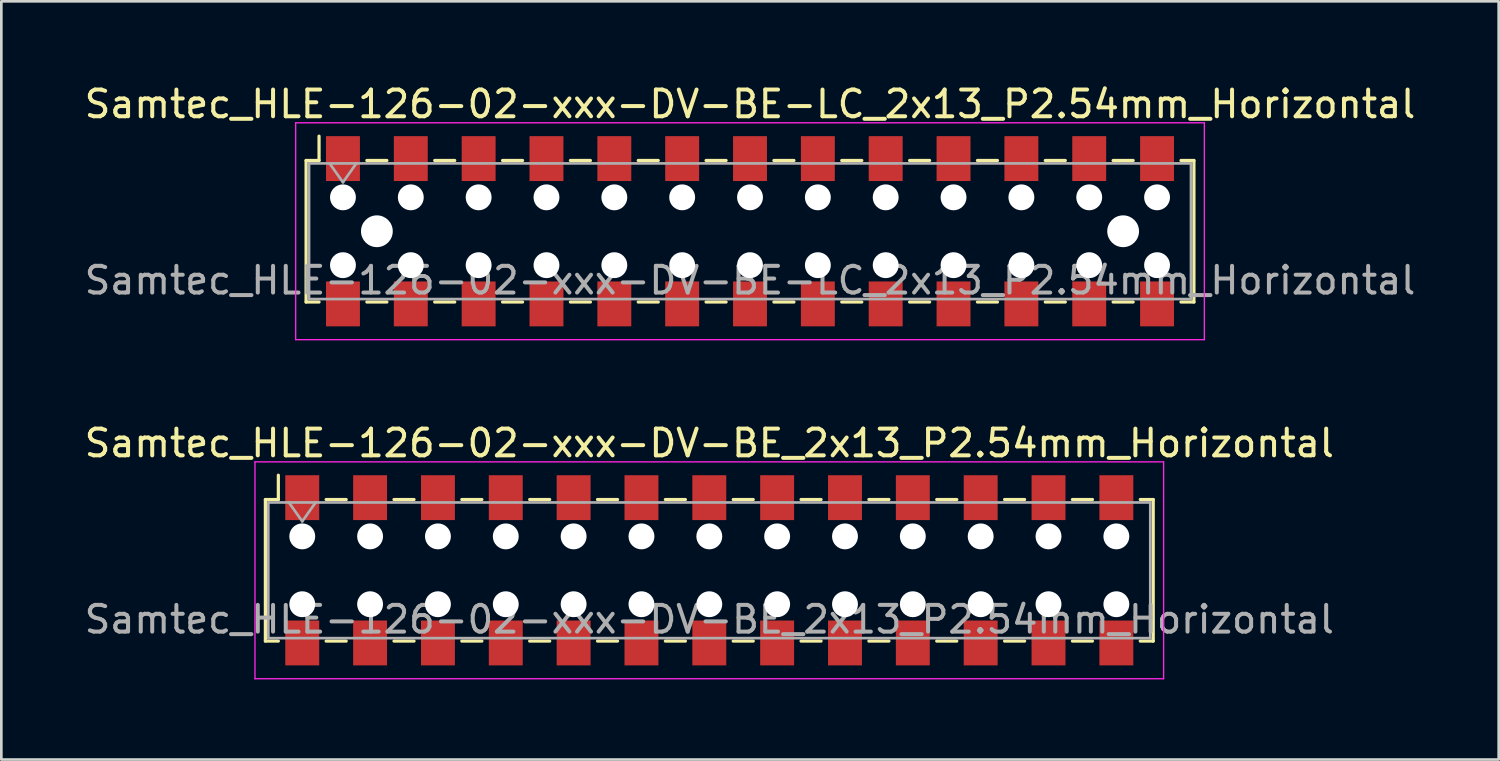
<source format=kicad_pcb>
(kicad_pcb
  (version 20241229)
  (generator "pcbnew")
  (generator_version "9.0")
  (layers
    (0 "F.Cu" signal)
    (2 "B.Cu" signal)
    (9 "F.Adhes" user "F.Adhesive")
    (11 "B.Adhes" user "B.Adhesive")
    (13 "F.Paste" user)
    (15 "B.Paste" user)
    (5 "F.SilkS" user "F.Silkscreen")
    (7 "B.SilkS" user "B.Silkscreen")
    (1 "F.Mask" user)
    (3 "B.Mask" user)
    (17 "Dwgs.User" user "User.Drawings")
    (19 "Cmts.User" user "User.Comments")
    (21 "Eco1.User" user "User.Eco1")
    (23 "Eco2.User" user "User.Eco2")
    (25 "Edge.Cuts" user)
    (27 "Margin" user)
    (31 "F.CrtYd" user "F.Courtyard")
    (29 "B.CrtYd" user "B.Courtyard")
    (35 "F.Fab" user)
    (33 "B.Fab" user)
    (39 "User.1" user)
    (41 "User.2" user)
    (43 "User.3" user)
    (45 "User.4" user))
  (footprint "Samtec_HLE-126-02-xxx-DV-BE_2x13_P2.54mm_Horizontal"
    (layer "F.Cu")
    (at 23.506 18.302)
    (property "Reference" "Samtec_HLE-126-02-xxx-DV-BE_2x13_P2.54mm_Horizontal" (at 0 -4.76 0) (layer "F.SilkS") (effects (font (size 1 1) (thickness 0.15))))
    (attr smd)
    (fp_line (start -16.62 -2.65) (end -16.62 2.65) (stroke (width 0.12) (type solid)) (layer "F.SilkS"))
    (fp_line (start -16.62 2.65) (end -16.135 2.65) (stroke (width 0.12) (type solid)) (layer "F.SilkS"))
    (fp_line (start -16.135 -3.56) (end -16.135 -2.65) (stroke (width 0.12) (type solid)) (layer "F.SilkS"))
    (fp_line (start -16.135 -2.65) (end -16.62 -2.65) (stroke (width 0.12) (type solid)) (layer "F.SilkS"))
    (fp_line (start -14.345 -2.65) (end -13.595 -2.65) (stroke (width 0.12) (type solid)) (layer "F.SilkS"))
    (fp_line (start -14.345 2.65) (end -13.595 2.65) (stroke (width 0.12) (type solid)) (layer "F.SilkS"))
    (fp_line (start -11.805 -2.65) (end -11.055 -2.65) (stroke (width 0.12) (type solid)) (layer "F.SilkS"))
    (fp_line (start -11.805 2.65) (end -11.055 2.65) (stroke (width 0.12) (type solid)) (layer "F.SilkS"))
    (fp_line (start -9.265 -2.65) (end -8.515 -2.65) (stroke (width 0.12) (type solid)) (layer "F.SilkS"))
    (fp_line (start -9.265 2.65) (end -8.515 2.65) (stroke (width 0.12) (type solid)) (layer "F.SilkS"))
    (fp_line (start -6.725 -2.65) (end -5.975 -2.65) (stroke (width 0.12) (type solid)) (layer "F.SilkS"))
    (fp_line (start -6.725 2.65) (end -5.975 2.65) (stroke (width 0.12) (type solid)) (layer "F.SilkS"))
    (fp_line (start -4.185 -2.65) (end -3.435 -2.65) (stroke (width 0.12) (type solid)) (layer "F.SilkS"))
    (fp_line (start -4.185 2.65) (end -3.435 2.65) (stroke (width 0.12) (type solid)) (layer "F.SilkS"))
    (fp_line (start -1.645 -2.65) (end -0.895 -2.65) (stroke (width 0.12) (type solid)) (layer "F.SilkS"))
    (fp_line (start -1.645 2.65) (end -0.895 2.65) (stroke (width 0.12) (type solid)) (layer "F.SilkS"))
    (fp_line (start 0.895 -2.65) (end 1.645 -2.65) (stroke (width 0.12) (type solid)) (layer "F.SilkS"))
    (fp_line (start 0.895 2.65) (end 1.645 2.65) (stroke (width 0.12) (type solid)) (layer "F.SilkS"))
    (fp_line (start 3.435 -2.65) (end 4.185 -2.65) (stroke (width 0.12) (type solid)) (layer "F.SilkS"))
    (fp_line (start 3.435 2.65) (end 4.185 2.65) (stroke (width 0.12) (type solid)) (layer "F.SilkS"))
    (fp_line (start 5.975 -2.65) (end 6.725 -2.65) (stroke (width 0.12) (type solid)) (layer "F.SilkS"))
    (fp_line (start 5.975 2.65) (end 6.725 2.65) (stroke (width 0.12) (type solid)) (layer "F.SilkS"))
    (fp_line (start 8.515 -2.65) (end 9.265 -2.65) (stroke (width 0.12) (type solid)) (layer "F.SilkS"))
    (fp_line (start 8.515 2.65) (end 9.265 2.65) (stroke (width 0.12) (type solid)) (layer "F.SilkS"))
    (fp_line (start 11.055 -2.65) (end 11.805 -2.65) (stroke (width 0.12) (type solid)) (layer "F.SilkS"))
    (fp_line (start 11.055 2.65) (end 11.805 2.65) (stroke (width 0.12) (type solid)) (layer "F.SilkS"))
    (fp_line (start 13.595 -2.65) (end 14.345 -2.65) (stroke (width 0.12) (type solid)) (layer "F.SilkS"))
    (fp_line (start 13.595 2.65) (end 14.345 2.65) (stroke (width 0.12) (type solid)) (layer "F.SilkS"))
    (fp_line (start 16.135 -2.65) (end 16.62 -2.65) (stroke (width 0.12) (type solid)) (layer "F.SilkS"))
    (fp_line (start 16.62 -2.65) (end 16.62 2.65) (stroke (width 0.12) (type solid)) (layer "F.SilkS"))
    (fp_line (start 16.62 2.65) (end 16.135 2.65) (stroke (width 0.12) (type solid)) (layer "F.SilkS"))
    (fp_line (start -17.01 -4.06) (end 17.01 -4.06) (stroke (width 0.05) (type solid)) (layer "F.CrtYd"))
    (fp_line (start -17.01 4.06) (end -17.01 -4.06) (stroke (width 0.05) (type solid)) (layer "F.CrtYd"))
    (fp_line (start 17.01 -4.06) (end 17.01 4.06) (stroke (width 0.05) (type solid)) (layer "F.CrtYd"))
    (fp_line (start 17.01 4.06) (end -17.01 4.06) (stroke (width 0.05) (type solid)) (layer "F.CrtYd"))
    (fp_line (start -16.51 -2.54) (end 16.51 -2.54) (stroke (width 0.1) (type solid)) (layer "F.Fab"))
    (fp_line (start -16.51 2.54) (end -16.51 -2.54) (stroke (width 0.1) (type solid)) (layer "F.Fab"))
    (fp_line (start -15.74 -2.54) (end -15.24 -1.833) (stroke (width 0.1) (type solid)) (layer "F.Fab"))
    (fp_line (start -15.24 -1.833) (end -14.74 -2.54) (stroke (width 0.1) (type solid)) (layer "F.Fab"))
    (fp_line (start 16.51 -2.54) (end 16.51 2.54) (stroke (width 0.1) (type solid)) (layer "F.Fab"))
    (fp_line (start 16.51 2.54) (end -16.51 2.54) (stroke (width 0.1) (type solid)) (layer "F.Fab"))
    (fp_text user "${REFERENCE}" (at 0 1.84 0) (layer "F.Fab") (effects (font (size 1 1) (thickness 0.15))))
    (pad "" np_thru_hole circle (at -15.24 -1.27) (size 0.97 0.97) (drill 0.97) (layers "*.Cu" "*.Mask"))
    (pad "" np_thru_hole circle (at -15.24 1.27) (size 0.97 0.97) (drill 0.97) (layers "*.Cu" "*.Mask"))
    (pad "" np_thru_hole circle (at -12.7 -1.27) (size 0.97 0.97) (drill 0.97) (layers "*.Cu" "*.Mask"))
    (pad "" np_thru_hole circle (at -12.7 1.27) (size 0.97 0.97) (drill 0.97) (layers "*.Cu" "*.Mask"))
    (pad "" np_thru_hole circle (at -10.16 -1.27) (size 0.97 0.97) (drill 0.97) (layers "*.Cu" "*.Mask"))
    (pad "" np_thru_hole circle (at -10.16 1.27) (size 0.97 0.97) (drill 0.97) (layers "*.Cu" "*.Mask"))
    (pad "" np_thru_hole circle (at -7.62 -1.27) (size 0.97 0.97) (drill 0.97) (layers "*.Cu" "*.Mask"))
    (pad "" np_thru_hole circle (at -7.62 1.27) (size 0.97 0.97) (drill 0.97) (layers "*.Cu" "*.Mask"))
    (pad "" np_thru_hole circle (at -5.08 -1.27) (size 0.97 0.97) (drill 0.97) (layers "*.Cu" "*.Mask"))
    (pad "" np_thru_hole circle (at -5.08 1.27) (size 0.97 0.97) (drill 0.97) (layers "*.Cu" "*.Mask"))
    (pad "" np_thru_hole circle (at -2.54 -1.27) (size 0.97 0.97) (drill 0.97) (layers "*.Cu" "*.Mask"))
    (pad "" np_thru_hole circle (at -2.54 1.27) (size 0.97 0.97) (drill 0.97) (layers "*.Cu" "*.Mask"))
    (pad "" np_thru_hole circle (at 0 -1.27) (size 0.97 0.97) (drill 0.97) (layers "*.Cu" "*.Mask"))
    (pad "" np_thru_hole circle (at 0 1.27) (size 0.97 0.97) (drill 0.97) (layers "*.Cu" "*.Mask"))
    (pad "" np_thru_hole circle (at 2.54 -1.27) (size 0.97 0.97) (drill 0.97) (layers "*.Cu" "*.Mask"))
    (pad "" np_thru_hole circle (at 2.54 1.27) (size 0.97 0.97) (drill 0.97) (layers "*.Cu" "*.Mask"))
    (pad "" np_thru_hole circle (at 5.08 -1.27) (size 0.97 0.97) (drill 0.97) (layers "*.Cu" "*.Mask"))
    (pad "" np_thru_hole circle (at 5.08 1.27) (size 0.97 0.97) (drill 0.97) (layers "*.Cu" "*.Mask"))
    (pad "" np_thru_hole circle (at 7.62 -1.27) (size 0.97 0.97) (drill 0.97) (layers "*.Cu" "*.Mask"))
    (pad "" np_thru_hole circle (at 7.62 1.27) (size 0.97 0.97) (drill 0.97) (layers "*.Cu" "*.Mask"))
    (pad "" np_thru_hole circle (at 10.16 -1.27) (size 0.97 0.97) (drill 0.97) (layers "*.Cu" "*.Mask"))
    (pad "" np_thru_hole circle (at 10.16 1.27) (size 0.97 0.97) (drill 0.97) (layers "*.Cu" "*.Mask"))
    (pad "" np_thru_hole circle (at 12.7 -1.27) (size 0.97 0.97) (drill 0.97) (layers "*.Cu" "*.Mask"))
    (pad "" np_thru_hole circle (at 12.7 1.27) (size 0.97 0.97) (drill 0.97) (layers "*.Cu" "*.Mask"))
    (pad "" np_thru_hole circle (at 15.24 -1.27) (size 0.97 0.97) (drill 0.97) (layers "*.Cu" "*.Mask"))
    (pad "" np_thru_hole circle (at 15.24 1.27) (size 0.97 0.97) (drill 0.97) (layers "*.Cu" "*.Mask"))
    (pad "1" smd rect (at -15.24 -2.72) (size 1.27 1.68) (layers "F.Cu" "F.Mask" "F.Paste"))
    (pad "2" smd rect (at -15.24 2.72) (size 1.27 1.68) (layers "F.Cu" "F.Mask" "F.Paste"))
    (pad "3" smd rect (at -12.7 -2.72) (size 1.27 1.68) (layers "F.Cu" "F.Mask" "F.Paste"))
    (pad "4" smd rect (at -12.7 2.72) (size 1.27 1.68) (layers "F.Cu" "F.Mask" "F.Paste"))
    (pad "5" smd rect (at -10.16 -2.72) (size 1.27 1.68) (layers "F.Cu" "F.Mask" "F.Paste"))
    (pad "6" smd rect (at -10.16 2.72) (size 1.27 1.68) (layers "F.Cu" "F.Mask" "F.Paste"))
    (pad "7" smd rect (at -7.62 -2.72) (size 1.27 1.68) (layers "F.Cu" "F.Mask" "F.Paste"))
    (pad "8" smd rect (at -7.62 2.72) (size 1.27 1.68) (layers "F.Cu" "F.Mask" "F.Paste"))
    (pad "9" smd rect (at -5.08 -2.72) (size 1.27 1.68) (layers "F.Cu" "F.Mask" "F.Paste"))
    (pad "10" smd rect (at -5.08 2.72) (size 1.27 1.68) (layers "F.Cu" "F.Mask" "F.Paste"))
    (pad "11" smd rect (at -2.54 -2.72) (size 1.27 1.68) (layers "F.Cu" "F.Mask" "F.Paste"))
    (pad "12" smd rect (at -2.54 2.72) (size 1.27 1.68) (layers "F.Cu" "F.Mask" "F.Paste"))
    (pad "13" smd rect (at 0 -2.72) (size 1.27 1.68) (layers "F.Cu" "F.Mask" "F.Paste"))
    (pad "14" smd rect (at 0 2.72) (size 1.27 1.68) (layers "F.Cu" "F.Mask" "F.Paste"))
    (pad "15" smd rect (at 2.54 -2.72) (size 1.27 1.68) (layers "F.Cu" "F.Mask" "F.Paste"))
    (pad "16" smd rect (at 2.54 2.72) (size 1.27 1.68) (layers "F.Cu" "F.Mask" "F.Paste"))
    (pad "17" smd rect (at 5.08 -2.72) (size 1.27 1.68) (layers "F.Cu" "F.Mask" "F.Paste"))
    (pad "18" smd rect (at 5.08 2.72) (size 1.27 1.68) (layers "F.Cu" "F.Mask" "F.Paste"))
    (pad "19" smd rect (at 7.62 -2.72) (size 1.27 1.68) (layers "F.Cu" "F.Mask" "F.Paste"))
    (pad "20" smd rect (at 7.62 2.72) (size 1.27 1.68) (layers "F.Cu" "F.Mask" "F.Paste"))
    (pad "21" smd rect (at 10.16 -2.72) (size 1.27 1.68) (layers "F.Cu" "F.Mask" "F.Paste"))
    (pad "22" smd rect (at 10.16 2.72) (size 1.27 1.68) (layers "F.Cu" "F.Mask" "F.Paste"))
    (pad "23" smd rect (at 12.7 -2.72) (size 1.27 1.68) (layers "F.Cu" "F.Mask" "F.Paste"))
    (pad "24" smd rect (at 12.7 2.72) (size 1.27 1.68) (layers "F.Cu" "F.Mask" "F.Paste"))
    (pad "25" smd rect (at 15.24 -2.72) (size 1.27 1.68) (layers "F.Cu" "F.Mask" "F.Paste"))
    (pad "26" smd rect (at 15.24 2.72) (size 1.27 1.68) (layers "F.Cu" "F.Mask" "F.Paste")))
  (footprint "Samtec_HLE-126-02-xxx-DV-BE-LC_2x13_P2.54mm_Horizontal"
    (layer "F.Cu")
    (at 25.03 5.608)
    (property "Reference" "Samtec_HLE-126-02-xxx-DV-BE-LC_2x13_P2.54mm_Horizontal" (at 0 -4.76 0) (layer "F.SilkS") (effects (font (size 1 1) (thickness 0.15))))
    (attr smd)
    (fp_line (start -16.62 -2.65) (end -16.62 2.65) (stroke (width 0.12) (type solid)) (layer "F.SilkS"))
    (fp_line (start -16.62 2.65) (end -16.135 2.65) (stroke (width 0.12) (type solid)) (layer "F.SilkS"))
    (fp_line (start -16.135 -3.56) (end -16.135 -2.65) (stroke (width 0.12) (type solid)) (layer "F.SilkS"))
    (fp_line (start -16.135 -2.65) (end -16.62 -2.65) (stroke (width 0.12) (type solid)) (layer "F.SilkS"))
    (fp_line (start -14.345 -2.65) (end -13.595 -2.65) (stroke (width 0.12) (type solid)) (layer "F.SilkS"))
    (fp_line (start -14.345 2.65) (end -13.595 2.65) (stroke (width 0.12) (type solid)) (layer "F.SilkS"))
    (fp_line (start -11.805 -2.65) (end -11.055 -2.65) (stroke (width 0.12) (type solid)) (layer "F.SilkS"))
    (fp_line (start -11.805 2.65) (end -11.055 2.65) (stroke (width 0.12) (type solid)) (layer "F.SilkS"))
    (fp_line (start -9.265 -2.65) (end -8.515 -2.65) (stroke (width 0.12) (type solid)) (layer "F.SilkS"))
    (fp_line (start -9.265 2.65) (end -8.515 2.65) (stroke (width 0.12) (type solid)) (layer "F.SilkS"))
    (fp_line (start -6.725 -2.65) (end -5.975 -2.65) (stroke (width 0.12) (type solid)) (layer "F.SilkS"))
    (fp_line (start -6.725 2.65) (end -5.975 2.65) (stroke (width 0.12) (type solid)) (layer "F.SilkS"))
    (fp_line (start -4.185 -2.65) (end -3.435 -2.65) (stroke (width 0.12) (type solid)) (layer "F.SilkS"))
    (fp_line (start -4.185 2.65) (end -3.435 2.65) (stroke (width 0.12) (type solid)) (layer "F.SilkS"))
    (fp_line (start -1.645 -2.65) (end -0.895 -2.65) (stroke (width 0.12) (type solid)) (layer "F.SilkS"))
    (fp_line (start -1.645 2.65) (end -0.895 2.65) (stroke (width 0.12) (type solid)) (layer "F.SilkS"))
    (fp_line (start 0.895 -2.65) (end 1.645 -2.65) (stroke (width 0.12) (type solid)) (layer "F.SilkS"))
    (fp_line (start 0.895 2.65) (end 1.645 2.65) (stroke (width 0.12) (type solid)) (layer "F.SilkS"))
    (fp_line (start 3.435 -2.65) (end 4.185 -2.65) (stroke (width 0.12) (type solid)) (layer "F.SilkS"))
    (fp_line (start 3.435 2.65) (end 4.185 2.65) (stroke (width 0.12) (type solid)) (layer "F.SilkS"))
    (fp_line (start 5.975 -2.65) (end 6.725 -2.65) (stroke (width 0.12) (type solid)) (layer "F.SilkS"))
    (fp_line (start 5.975 2.65) (end 6.725 2.65) (stroke (width 0.12) (type solid)) (layer "F.SilkS"))
    (fp_line (start 8.515 -2.65) (end 9.265 -2.65) (stroke (width 0.12) (type solid)) (layer "F.SilkS"))
    (fp_line (start 8.515 2.65) (end 9.265 2.65) (stroke (width 0.12) (type solid)) (layer "F.SilkS"))
    (fp_line (start 11.055 -2.65) (end 11.805 -2.65) (stroke (width 0.12) (type solid)) (layer "F.SilkS"))
    (fp_line (start 11.055 2.65) (end 11.805 2.65) (stroke (width 0.12) (type solid)) (layer "F.SilkS"))
    (fp_line (start 13.595 -2.65) (end 14.345 -2.65) (stroke (width 0.12) (type solid)) (layer "F.SilkS"))
    (fp_line (start 13.595 2.65) (end 14.345 2.65) (stroke (width 0.12) (type solid)) (layer "F.SilkS"))
    (fp_line (start 16.135 -2.65) (end 16.62 -2.65) (stroke (width 0.12) (type solid)) (layer "F.SilkS"))
    (fp_line (start 16.62 -2.65) (end 16.62 2.65) (stroke (width 0.12) (type solid)) (layer "F.SilkS"))
    (fp_line (start 16.62 2.65) (end 16.135 2.65) (stroke (width 0.12) (type solid)) (layer "F.SilkS"))
    (fp_line (start -17.01 -4.06) (end 17.01 -4.06) (stroke (width 0.05) (type solid)) (layer "F.CrtYd"))
    (fp_line (start -17.01 4.06) (end -17.01 -4.06) (stroke (width 0.05) (type solid)) (layer "F.CrtYd"))
    (fp_line (start 17.01 -4.06) (end 17.01 4.06) (stroke (width 0.05) (type solid)) (layer "F.CrtYd"))
    (fp_line (start 17.01 4.06) (end -17.01 4.06) (stroke (width 0.05) (type solid)) (layer "F.CrtYd"))
    (fp_line (start -16.51 -2.54) (end 16.51 -2.54) (stroke (width 0.1) (type solid)) (layer "F.Fab"))
    (fp_line (start -16.51 2.54) (end -16.51 -2.54) (stroke (width 0.1) (type solid)) (layer "F.Fab"))
    (fp_line (start -15.74 -2.54) (end -15.24 -1.833) (stroke (width 0.1) (type solid)) (layer "F.Fab"))
    (fp_line (start -15.24 -1.833) (end -14.74 -2.54) (stroke (width 0.1) (type solid)) (layer "F.Fab"))
    (fp_line (start 16.51 -2.54) (end 16.51 2.54) (stroke (width 0.1) (type solid)) (layer "F.Fab"))
    (fp_line (start 16.51 2.54) (end -16.51 2.54) (stroke (width 0.1) (type solid)) (layer "F.Fab"))
    (fp_text user "${REFERENCE}" (at 0 1.84 0) (layer "F.Fab") (effects (font (size 1 1) (thickness 0.15))))
    (pad "" np_thru_hole circle (at -15.24 -1.27) (size 0.97 0.97) (drill 0.97) (layers "*.Cu" "*.Mask"))
    (pad "" np_thru_hole circle (at -15.24 1.27) (size 0.97 0.97) (drill 0.97) (layers "*.Cu" "*.Mask"))
    (pad "" np_thru_hole circle (at -13.97 0) (size 1.19 1.19) (drill 1.19) (layers "*.Cu" "*.Mask"))
    (pad "" np_thru_hole circle (at -12.7 -1.27) (size 0.97 0.97) (drill 0.97) (layers "*.Cu" "*.Mask"))
    (pad "" np_thru_hole circle (at -12.7 1.27) (size 0.97 0.97) (drill 0.97) (layers "*.Cu" "*.Mask"))
    (pad "" np_thru_hole circle (at -10.16 -1.27) (size 0.97 0.97) (drill 0.97) (layers "*.Cu" "*.Mask"))
    (pad "" np_thru_hole circle (at -10.16 1.27) (size 0.97 0.97) (drill 0.97) (layers "*.Cu" "*.Mask"))
    (pad "" np_thru_hole circle (at -7.62 -1.27) (size 0.97 0.97) (drill 0.97) (layers "*.Cu" "*.Mask"))
    (pad "" np_thru_hole circle (at -7.62 1.27) (size 0.97 0.97) (drill 0.97) (layers "*.Cu" "*.Mask"))
    (pad "" np_thru_hole circle (at -5.08 -1.27) (size 0.97 0.97) (drill 0.97) (layers "*.Cu" "*.Mask"))
    (pad "" np_thru_hole circle (at -5.08 1.27) (size 0.97 0.97) (drill 0.97) (layers "*.Cu" "*.Mask"))
    (pad "" np_thru_hole circle (at -2.54 -1.27) (size 0.97 0.97) (drill 0.97) (layers "*.Cu" "*.Mask"))
    (pad "" np_thru_hole circle (at -2.54 1.27) (size 0.97 0.97) (drill 0.97) (layers "*.Cu" "*.Mask"))
    (pad "" np_thru_hole circle (at 0 -1.27) (size 0.97 0.97) (drill 0.97) (layers "*.Cu" "*.Mask"))
    (pad "" np_thru_hole circle (at 0 1.27) (size 0.97 0.97) (drill 0.97) (layers "*.Cu" "*.Mask"))
    (pad "" np_thru_hole circle (at 2.54 -1.27) (size 0.97 0.97) (drill 0.97) (layers "*.Cu" "*.Mask"))
    (pad "" np_thru_hole circle (at 2.54 1.27) (size 0.97 0.97) (drill 0.97) (layers "*.Cu" "*.Mask"))
    (pad "" np_thru_hole circle (at 5.08 -1.27) (size 0.97 0.97) (drill 0.97) (layers "*.Cu" "*.Mask"))
    (pad "" np_thru_hole circle (at 5.08 1.27) (size 0.97 0.97) (drill 0.97) (layers "*.Cu" "*.Mask"))
    (pad "" np_thru_hole circle (at 7.62 -1.27) (size 0.97 0.97) (drill 0.97) (layers "*.Cu" "*.Mask"))
    (pad "" np_thru_hole circle (at 7.62 1.27) (size 0.97 0.97) (drill 0.97) (layers "*.Cu" "*.Mask"))
    (pad "" np_thru_hole circle (at 10.16 -1.27) (size 0.97 0.97) (drill 0.97) (layers "*.Cu" "*.Mask"))
    (pad "" np_thru_hole circle (at 10.16 1.27) (size 0.97 0.97) (drill 0.97) (layers "*.Cu" "*.Mask"))
    (pad "" np_thru_hole circle (at 12.7 -1.27) (size 0.97 0.97) (drill 0.97) (layers "*.Cu" "*.Mask"))
    (pad "" np_thru_hole circle (at 12.7 1.27) (size 0.97 0.97) (drill 0.97) (layers "*.Cu" "*.Mask"))
    (pad "" np_thru_hole circle (at 13.97 0) (size 1.19 1.19) (drill 1.19) (layers "*.Cu" "*.Mask"))
    (pad "" np_thru_hole circle (at 15.24 -1.27) (size 0.97 0.97) (drill 0.97) (layers "*.Cu" "*.Mask"))
    (pad "" np_thru_hole circle (at 15.24 1.27) (size 0.97 0.97) (drill 0.97) (layers "*.Cu" "*.Mask"))
    (pad "1" smd rect (at -15.24 -2.72) (size 1.27 1.68) (layers "F.Cu" "F.Mask" "F.Paste"))
    (pad "2" smd rect (at -15.24 2.72) (size 1.27 1.68) (layers "F.Cu" "F.Mask" "F.Paste"))
    (pad "3" smd rect (at -12.7 -2.72) (size 1.27 1.68) (layers "F.Cu" "F.Mask" "F.Paste"))
    (pad "4" smd rect (at -12.7 2.72) (size 1.27 1.68) (layers "F.Cu" "F.Mask" "F.Paste"))
    (pad "5" smd rect (at -10.16 -2.72) (size 1.27 1.68) (layers "F.Cu" "F.Mask" "F.Paste"))
    (pad "6" smd rect (at -10.16 2.72) (size 1.27 1.68) (layers "F.Cu" "F.Mask" "F.Paste"))
    (pad "7" smd rect (at -7.62 -2.72) (size 1.27 1.68) (layers "F.Cu" "F.Mask" "F.Paste"))
    (pad "8" smd rect (at -7.62 2.72) (size 1.27 1.68) (layers "F.Cu" "F.Mask" "F.Paste"))
    (pad "9" smd rect (at -5.08 -2.72) (size 1.27 1.68) (layers "F.Cu" "F.Mask" "F.Paste"))
    (pad "10" smd rect (at -5.08 2.72) (size 1.27 1.68) (layers "F.Cu" "F.Mask" "F.Paste"))
    (pad "11" smd rect (at -2.54 -2.72) (size 1.27 1.68) (layers "F.Cu" "F.Mask" "F.Paste"))
    (pad "12" smd rect (at -2.54 2.72) (size 1.27 1.68) (layers "F.Cu" "F.Mask" "F.Paste"))
    (pad "13" smd rect (at 0 -2.72) (size 1.27 1.68) (layers "F.Cu" "F.Mask" "F.Paste"))
    (pad "14" smd rect (at 0 2.72) (size 1.27 1.68) (layers "F.Cu" "F.Mask" "F.Paste"))
    (pad "15" smd rect (at 2.54 -2.72) (size 1.27 1.68) (layers "F.Cu" "F.Mask" "F.Paste"))
    (pad "16" smd rect (at 2.54 2.72) (size 1.27 1.68) (layers "F.Cu" "F.Mask" "F.Paste"))
    (pad "17" smd rect (at 5.08 -2.72) (size 1.27 1.68) (layers "F.Cu" "F.Mask" "F.Paste"))
    (pad "18" smd rect (at 5.08 2.72) (size 1.27 1.68) (layers "F.Cu" "F.Mask" "F.Paste"))
    (pad "19" smd rect (at 7.62 -2.72) (size 1.27 1.68) (layers "F.Cu" "F.Mask" "F.Paste"))
    (pad "20" smd rect (at 7.62 2.72) (size 1.27 1.68) (layers "F.Cu" "F.Mask" "F.Paste"))
    (pad "21" smd rect (at 10.16 -2.72) (size 1.27 1.68) (layers "F.Cu" "F.Mask" "F.Paste"))
    (pad "22" smd rect (at 10.16 2.72) (size 1.27 1.68) (layers "F.Cu" "F.Mask" "F.Paste"))
    (pad "23" smd rect (at 12.7 -2.72) (size 1.27 1.68) (layers "F.Cu" "F.Mask" "F.Paste"))
    (pad "24" smd rect (at 12.7 2.72) (size 1.27 1.68) (layers "F.Cu" "F.Mask" "F.Paste"))
    (pad "25" smd rect (at 15.24 -2.72) (size 1.27 1.68) (layers "F.Cu" "F.Mask" "F.Paste"))
    (pad "26" smd rect (at 15.24 2.72) (size 1.27 1.68) (layers "F.Cu" "F.Mask" "F.Paste")))
  (gr_rect
    (start -3 -3)
    (end 53.06 25.387)
    (stroke (width 0.1) (type default))
    (fill no)
    (layer "Edge.Cuts")))
</source>
